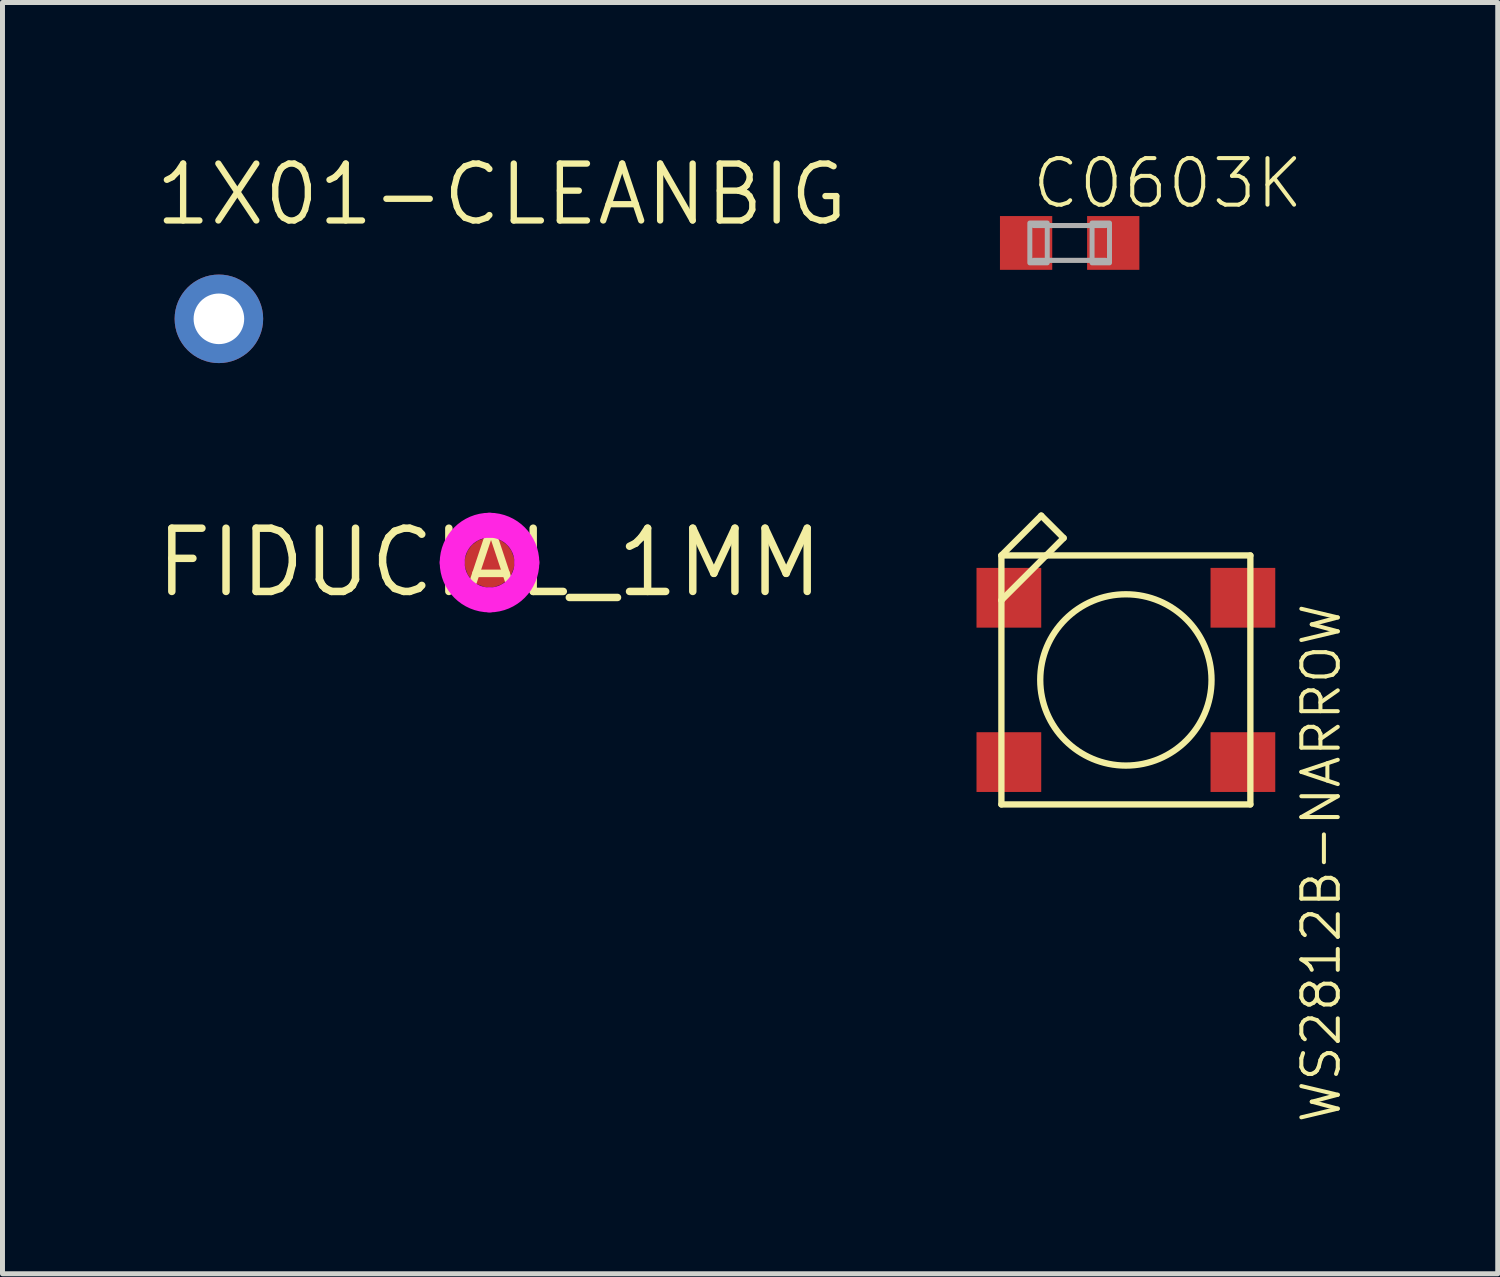
<source format=kicad_pcb>
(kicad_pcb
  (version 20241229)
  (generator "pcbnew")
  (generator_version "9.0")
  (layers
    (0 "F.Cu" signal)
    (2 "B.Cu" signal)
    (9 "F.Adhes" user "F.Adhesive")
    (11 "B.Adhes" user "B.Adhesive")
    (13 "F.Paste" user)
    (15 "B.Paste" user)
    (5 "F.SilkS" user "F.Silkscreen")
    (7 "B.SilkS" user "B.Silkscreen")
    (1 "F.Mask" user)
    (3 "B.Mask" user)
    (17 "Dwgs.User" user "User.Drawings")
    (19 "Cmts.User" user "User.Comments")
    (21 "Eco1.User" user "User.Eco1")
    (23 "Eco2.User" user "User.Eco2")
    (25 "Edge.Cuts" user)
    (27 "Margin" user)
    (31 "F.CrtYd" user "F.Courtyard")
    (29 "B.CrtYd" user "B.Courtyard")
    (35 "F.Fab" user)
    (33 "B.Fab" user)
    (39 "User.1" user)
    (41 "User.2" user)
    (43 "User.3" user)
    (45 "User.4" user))
  (footprint "WS2812B-NARROW"
    (layer "F.Cu")
    (at 19.561 10.605)
    (property "Reference" "WS2812B-NARROW" (at 3.493 -1.587 90) (layer "F.SilkS") (effects (font (size 0.732 0.732) (thickness 0.081)) (justify right top)))
    (fp_line (start -2.5 -2.5) (end -1.6 -2.5) (stroke (width 0.127) (type solid)) (layer "F.SilkS"))
    (fp_line (start -2.5 -1.6) (end -2.5 -2.5) (stroke (width 0.127) (type solid)) (layer "F.SilkS"))
    (fp_line (start -2.5 -1.6) (end -1.6 -2.5) (stroke (width 0.127) (type solid)) (layer "F.SilkS"))
    (fp_line (start -2.5 2.5) (end -2.5 -1.6) (stroke (width 0.127) (type solid)) (layer "F.SilkS"))
    (fp_line (start -1.7 -3.3) (end -2.5 -2.5) (stroke (width 0.127) (type solid)) (layer "F.SilkS"))
    (fp_line (start -1.6 -2.5) (end -1.25 -2.85) (stroke (width 0.127) (type solid)) (layer "F.SilkS"))
    (fp_line (start -1.6 -2.5) (end 2.5 -2.5) (stroke (width 0.127) (type solid)) (layer "F.SilkS"))
    (fp_line (start -1.25 -2.85) (end -1.7 -3.3) (stroke (width 0.127) (type solid)) (layer "F.SilkS"))
    (fp_line (start 2.5 -2.5) (end 2.5 2.5) (stroke (width 0.127) (type solid)) (layer "F.SilkS"))
    (fp_line (start 2.5 2.5) (end -2.5 2.5) (stroke (width 0.127) (type solid)) (layer "F.SilkS"))
    (fp_circle (center 0 0) (end 1.72 0) (stroke (width 0.127) (type solid)) (fill no) (layer "F.SilkS"))
    (pad "1-VDD" smd rect (at 2.35 1.65 180) (size 1.3 1.2) (layers "F.Cu" "F.Mask" "F.Paste"))
    (pad "2-DOUT" smd rect (at 2.35 -1.65 180) (size 1.3 1.2) (layers "F.Cu" "F.Mask" "F.Paste"))
    (pad "3-GND" smd rect (at -2.35 -1.65 180) (size 1.3 1.2) (layers "F.Cu" "F.Mask" "F.Paste"))
    (pad "4-DIN" smd rect (at -2.35 1.65 180) (size 1.3 1.2) (layers "F.Cu" "F.Mask" "F.Paste")))
  (footprint "1X01-CLEANBIG"
    (layer "F.Cu")
    (at 1.346 3.353)
    (property "Reference" "1X01-CLEANBIG" (at -1.346 -1.829 0) (layer "F.SilkS") (effects (font (size 1.143 1.143) (thickness 0.127)) (justify left bottom)))
    (pad "1" thru_hole circle (at 0 0) (size 1.778 1.778) (drill 1.016) (layers "*.Cu" "*.Mask")))
  (footprint "FIDUCIAL_1MM"
    (layer "F.Cu")
    (at 6.781 8.248)
    (property "Reference" "FIDUCIAL_1MM" (at 0 0 0) (layer "F.SilkS") (effects (font (size 1.27 1.27) (thickness 0.15))))
    (fp_arc (start -0.75 0) (mid -0.53033 -0.53033) (end 0 -0.75) (stroke (width 0.5) (type solid)) (layer "F.Mask"))
    (fp_arc (start 0 -0.75) (mid 0.53033 -0.53033) (end 0.75 0) (stroke (width 0.5) (type solid)) (layer "F.Mask"))
    (fp_arc (start 0 0.75) (mid -0.53033 0.53033) (end -0.75 0) (stroke (width 0.5) (type solid)) (layer "F.Mask"))
    (fp_arc (start 0.75 0) (mid 0.53033 0.53033) (end 0 0.75) (stroke (width 0.5) (type solid)) (layer "F.Mask"))
    (fp_arc (start -0.75 0) (mid -0.53033 -0.53033) (end 0 -0.75) (stroke (width 0.5) (type solid)) (layer "F.CrtYd"))
    (fp_arc (start 0 -0.75) (mid 0.53033 -0.53033) (end 0.75 0) (stroke (width 0.5) (type solid)) (layer "F.CrtYd"))
    (fp_arc (start 0 0.75) (mid -0.53033 0.53033) (end -0.75 0) (stroke (width 0.5) (type solid)) (layer "F.CrtYd"))
    (fp_arc (start 0.75 0) (mid 0.53033 0.53033) (end 0 0.75) (stroke (width 0.5) (type solid)) (layer "F.CrtYd"))
    (pad "1" smd roundrect (at 0 0) (size 1 1) (layers "F.Cu" "F.Mask") (roundrect_rratio 0.5)))
  (footprint "C0603K"
    (layer "F.Cu")
    (at 18.432 1.829)
    (property "Reference" "C0603K" (at -0.8 -0.65 0) (layer "F.SilkS") (effects (font (size 0.935 0.935) (thickness 0.081)) (justify left bottom)))
    (fp_line (start -0.725 -0.35) (end 0.725 -0.35) (stroke (width 0.102) (type solid)) (layer "F.Fab"))
    (fp_line (start 0.725 0.35) (end -0.725 0.35) (stroke (width 0.102) (type solid)) (layer "F.Fab"))
    (fp_poly (pts (xy -0.8 0.4) (xy -0.45 0.4) (xy -0.45 -0.4) (xy -0.8 -0.4)) (stroke (width 0.1) (type solid)) (fill no) (layer "F.Fab"))
    (fp_poly (pts (xy 0.45 0.4) (xy 0.8 0.4) (xy 0.8 -0.4) (xy 0.45 -0.4)) (stroke (width 0.1) (type solid)) (fill no) (layer "F.Fab"))
    (pad "1" smd rect (at -0.875 0) (size 1.05 1.08) (layers "F.Cu" "F.Mask" "F.Paste"))
    (pad "2" smd rect (at 0.875 0) (size 1.05 1.08) (layers "F.Cu" "F.Mask" "F.Paste")))
  (gr_rect
    (start -3 -3)
    (end 27.029 22.531)
    (stroke (width 0.1) (type default))
    (fill no)
    (layer "Edge.Cuts")))
</source>
